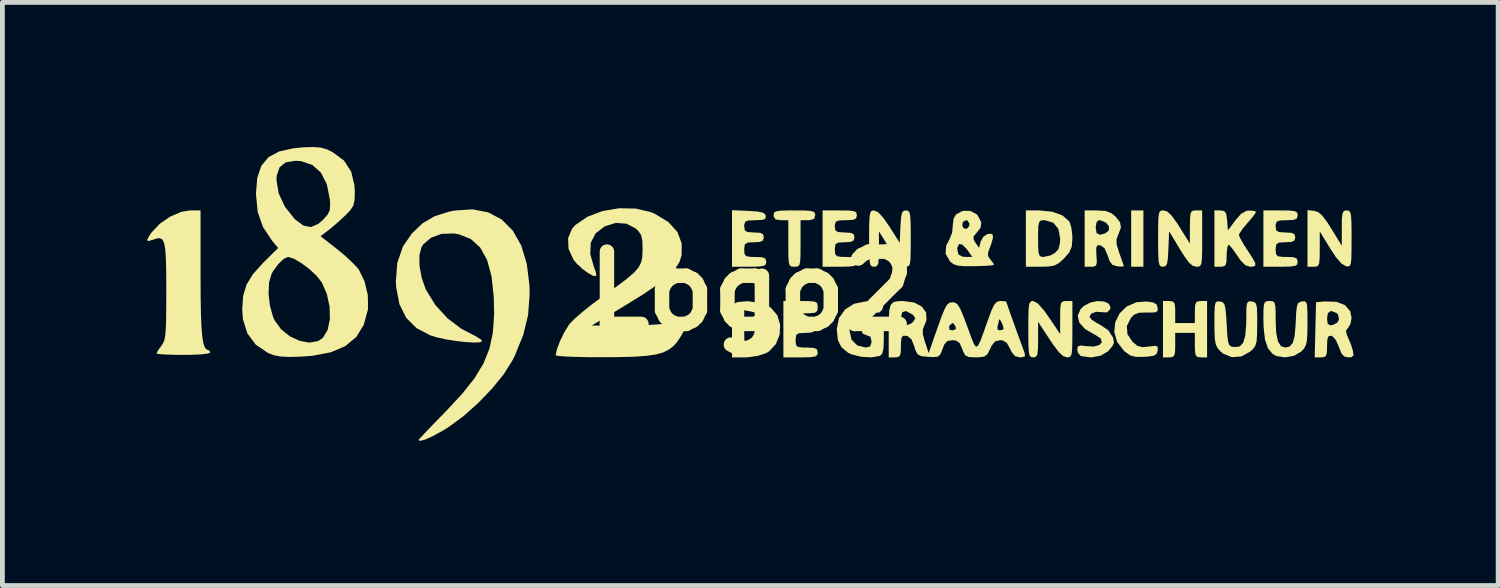
<source format=kicad_pcb>
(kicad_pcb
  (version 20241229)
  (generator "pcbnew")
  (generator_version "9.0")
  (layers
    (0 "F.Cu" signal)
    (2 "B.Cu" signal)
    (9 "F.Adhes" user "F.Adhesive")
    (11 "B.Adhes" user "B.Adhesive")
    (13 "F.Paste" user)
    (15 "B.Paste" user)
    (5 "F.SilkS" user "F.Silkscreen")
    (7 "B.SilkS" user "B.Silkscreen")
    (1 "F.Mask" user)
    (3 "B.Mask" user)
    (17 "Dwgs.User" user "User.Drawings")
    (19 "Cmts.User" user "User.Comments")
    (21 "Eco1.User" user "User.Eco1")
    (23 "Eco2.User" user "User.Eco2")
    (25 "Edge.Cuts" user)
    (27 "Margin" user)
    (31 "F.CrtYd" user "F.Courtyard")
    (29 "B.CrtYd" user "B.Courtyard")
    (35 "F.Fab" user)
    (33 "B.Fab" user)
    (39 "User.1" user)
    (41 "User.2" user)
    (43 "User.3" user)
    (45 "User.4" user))
  (footprint "Logo2"
    (layer "F.Cu")
    (at 12.54 2.991)
    (property "Reference" "Logo2" (at 0 0 0) (layer "F.SilkS") (effects (font (size 1.5 1.5) (thickness 0.3))))
    (attr board_only exclude_from_pos_files exclude_from_bom)
    (fp_poly (pts (xy 8.128 -1.092) (xy 8.128 -0.508) (xy 8.001 -0.508) (xy 7.874 -0.508) (xy 7.874 -1.092) (xy 7.874 -1.676) (xy 8.001 -1.676) (xy 8.128 -1.676)) (stroke (width 0) (type solid)) (fill yes) (layer "F.SilkS"))
    (fp_poly (pts (xy 1.099 -1.675) (xy 1.227 -1.666) (xy 1.294 -1.645) (xy 1.318 -1.609) (xy 1.321 -1.575) (xy 1.297 -1.5) (xy 1.208 -1.474) (xy 1.168 -1.473) (xy 1.016 -1.473) (xy 1.016 -0.991) (xy 1.015 -0.767) (xy 1.009 -0.626) (xy 0.993 -0.549) (xy 0.962 -0.516) (xy 0.91 -0.508) (xy 0.889 -0.508) (xy 0.83 -0.511) (xy 0.793 -0.534) (xy 0.773 -0.595) (xy 0.764 -0.714) (xy 0.762 -0.909) (xy 0.762 -0.991) (xy 0.762 -1.473) (xy 0.61 -1.473) (xy 0.498 -1.489) (xy 0.459 -1.549) (xy 0.457 -1.575) (xy 0.465 -1.624) (xy 0.503 -1.654) (xy 0.589 -1.67) (xy 0.745 -1.676) (xy 0.889 -1.676)) (stroke (width 0) (type solid)) (fill yes) (layer "F.SilkS"))
    (fp_poly (pts (xy 8.74 0.213) (xy 8.777 0.259) (xy 8.788 0.37) (xy 8.788 0.432) (xy 8.788 0.66) (xy 8.992 0.66) (xy 9.195 0.66) (xy 9.195 0.432) (xy 9.2 0.291) (xy 9.226 0.224) (xy 9.288 0.204) (xy 9.322 0.203) (xy 9.449 0.203) (xy 9.449 0.787) (xy 9.449 1.372) (xy 9.322 1.372) (xy 9.246 1.363) (xy 9.209 1.321) (xy 9.196 1.22) (xy 9.195 1.118) (xy 9.195 0.864) (xy 8.992 0.864) (xy 8.788 0.864) (xy 8.788 1.118) (xy 8.784 1.268) (xy 8.763 1.344) (xy 8.712 1.369) (xy 8.661 1.372) (xy 8.534 1.372) (xy 8.534 0.787) (xy 8.534 0.203) (xy 8.661 0.203)) (stroke (width 0) (type solid)) (fill yes) (layer "F.SilkS"))
    (fp_poly (pts (xy 8.332 0.233) (xy 8.401 0.274) (xy 8.423 0.339) (xy 8.423 0.406) (xy 8.381 0.437) (xy 8.273 0.443) (xy 8.203 0.441) (xy 8.041 0.446) (xy 7.938 0.484) (xy 7.87 0.552) (xy 7.784 0.723) (xy 7.798 0.895) (xy 7.903 1.05) (xy 8.007 1.135) (xy 8.113 1.16) (xy 8.237 1.148) (xy 8.366 1.132) (xy 8.42 1.147) (xy 8.427 1.206) (xy 8.424 1.231) (xy 8.401 1.3) (xy 8.34 1.338) (xy 8.215 1.357) (xy 8.144 1.361) (xy 7.974 1.363) (xy 7.858 1.333) (xy 7.75 1.258) (xy 7.723 1.234) (xy 7.581 1.049) (xy 7.524 0.845) (xy 7.544 0.643) (xy 7.634 0.46) (xy 7.784 0.315) (xy 7.986 0.228) (xy 8.19 0.213)) (stroke (width 0) (type solid)) (fill yes) (layer "F.SilkS"))
    (fp_poly (pts (xy 11.67 -1.667) (xy 11.755 -1.64) (xy 11.84 -1.567) (xy 11.941 -1.431) (xy 12.026 -1.297) (xy 12.243 -0.944) (xy 12.243 -1.31) (xy 12.245 -1.5) (xy 12.257 -1.61) (xy 12.284 -1.662) (xy 12.332 -1.676) (xy 12.344 -1.676) (xy 12.388 -1.67) (xy 12.417 -1.64) (xy 12.434 -1.57) (xy 12.443 -1.441) (xy 12.446 -1.237) (xy 12.446 -1.089) (xy 12.445 -0.837) (xy 12.441 -0.671) (xy 12.43 -0.573) (xy 12.408 -0.526) (xy 12.373 -0.513) (xy 12.333 -0.517) (xy 12.239 -0.571) (xy 12.119 -0.71) (xy 12.003 -0.887) (xy 11.786 -1.241) (xy 11.786 -0.874) (xy 11.784 -0.685) (xy 11.774 -0.576) (xy 11.747 -0.524) (xy 11.697 -0.509) (xy 11.659 -0.508) (xy 11.532 -0.508) (xy 11.532 -1.096) (xy 11.532 -1.683)) (stroke (width 0) (type solid)) (fill yes) (layer "F.SilkS"))
    (fp_poly (pts (xy 0.149 0.238) (xy 0.345 0.309) (xy 0.402 0.344) (xy 0.534 0.499) (xy 0.593 0.694) (xy 0.582 0.902) (xy 0.505 1.096) (xy 0.363 1.247) (xy 0.304 1.283) (xy 0.132 1.34) (xy -0.078 1.37) (xy -0.14 1.372) (xy -0.406 1.372) (xy -0.406 0.814) (xy -0.406 0.781) (xy -0.152 0.781) (xy -0.151 0.977) (xy -0.142 1.092) (xy -0.118 1.148) (xy -0.072 1.167) (xy -0.023 1.168) (xy 0.102 1.133) (xy 0.226 1.048) (xy 0.231 1.044) (xy 0.332 0.885) (xy 0.343 0.72) (xy 0.273 0.572) (xy 0.129 0.463) (xy 0.013 0.426) (xy -0.152 0.394) (xy -0.152 0.781) (xy -0.406 0.781) (xy -0.406 0.57) (xy -0.401 0.409) (xy -0.388 0.312) (xy -0.362 0.26) (xy -0.319 0.235) (xy -0.276 0.223) (xy -0.075 0.207)) (stroke (width 0) (type solid)) (fill yes) (layer "F.SilkS"))
    (fp_poly (pts (xy 6.239 -1.649) (xy 6.451 -1.571) (xy 6.588 -1.449) (xy 6.602 -1.425) (xy 6.634 -1.316) (xy 6.653 -1.156) (xy 6.655 -1.09) (xy 6.642 -0.926) (xy 6.59 -0.805) (xy 6.482 -0.681) (xy 6.375 -0.583) (xy 6.278 -0.532) (xy 6.151 -0.511) (xy 5.999 -0.508) (xy 5.69 -0.508) (xy 5.69 -1.092) (xy 5.944 -1.092) (xy 5.946 -0.898) (xy 5.956 -0.784) (xy 5.98 -0.73) (xy 6.026 -0.712) (xy 6.059 -0.711) (xy 6.19 -0.74) (xy 6.288 -0.79) (xy 6.365 -0.872) (xy 6.397 -0.997) (xy 6.401 -1.092) (xy 6.365 -1.292) (xy 6.259 -1.42) (xy 6.089 -1.472) (xy 6.059 -1.473) (xy 6 -1.467) (xy 5.966 -1.434) (xy 5.949 -1.353) (xy 5.944 -1.202) (xy 5.944 -1.092) (xy 5.69 -1.092) (xy 5.69 -1.676) (xy 5.972 -1.676)) (stroke (width 0) (type solid)) (fill yes) (layer "F.SilkS"))
    (fp_poly (pts (xy 7.311 0.213) (xy 7.41 0.258) (xy 7.446 0.336) (xy 7.437 0.376) (xy 7.374 0.44) (xy 7.287 0.436) (xy 7.147 0.426) (xy 7.044 0.466) (xy 7.01 0.531) (xy 7.053 0.588) (xy 7.16 0.659) (xy 7.219 0.688) (xy 7.399 0.809) (xy 7.501 0.967) (xy 7.518 1.072) (xy 7.485 1.139) (xy 7.405 1.235) (xy 7.394 1.247) (xy 7.243 1.336) (xy 7.047 1.373) (xy 6.852 1.349) (xy 6.82 1.338) (xy 6.768 1.272) (xy 6.756 1.209) (xy 6.77 1.142) (xy 6.83 1.125) (xy 6.927 1.138) (xy 7.097 1.148) (xy 7.214 1.116) (xy 7.266 1.056) (xy 7.243 0.981) (xy 7.13 0.906) (xy 7.125 0.904) (xy 6.919 0.786) (xy 6.798 0.651) (xy 6.765 0.509) (xy 6.825 0.371) (xy 6.89 0.308) (xy 7.026 0.235) (xy 7.175 0.204)) (stroke (width 0) (type solid)) (fill yes) (layer "F.SilkS"))
    (fp_poly (pts (xy 6.655 0.787) (xy 6.654 1.038) (xy 6.649 1.204) (xy 6.638 1.303) (xy 6.615 1.352) (xy 6.579 1.369) (xy 6.54 1.371) (xy 6.463 1.345) (xy 6.371 1.26) (xy 6.252 1.102) (xy 6.185 1.002) (xy 5.944 0.635) (xy 5.944 1.003) (xy 5.941 1.194) (xy 5.929 1.305) (xy 5.903 1.357) (xy 5.855 1.371) (xy 5.842 1.372) (xy 5.798 1.365) (xy 5.769 1.335) (xy 5.752 1.264) (xy 5.744 1.135) (xy 5.741 0.93) (xy 5.74 0.787) (xy 5.742 0.536) (xy 5.747 0.37) (xy 5.759 0.27) (xy 5.782 0.221) (xy 5.817 0.204) (xy 5.841 0.203) (xy 5.932 0.249) (xy 6.057 0.386) (xy 6.171 0.546) (xy 6.401 0.888) (xy 6.401 0.546) (xy 6.403 0.364) (xy 6.415 0.262) (xy 6.444 0.216) (xy 6.5 0.204) (xy 6.528 0.203) (xy 6.655 0.203)) (stroke (width 0) (type solid)) (fill yes) (layer "F.SilkS"))
    (fp_poly (pts (xy 9.347 -1.092) (xy 9.347 -0.842) (xy 9.342 -0.676) (xy 9.331 -0.576) (xy 9.308 -0.527) (xy 9.271 -0.51) (xy 9.226 -0.508) (xy 9.152 -0.527) (xy 9.075 -0.593) (xy 8.978 -0.724) (xy 8.883 -0.876) (xy 8.661 -1.243) (xy 8.646 -0.876) (xy 8.636 -0.684) (xy 8.619 -0.573) (xy 8.588 -0.522) (xy 8.538 -0.508) (xy 8.532 -0.508) (xy 8.489 -0.515) (xy 8.461 -0.546) (xy 8.444 -0.62) (xy 8.436 -0.752) (xy 8.433 -0.961) (xy 8.433 -1.092) (xy 8.434 -1.343) (xy 8.438 -1.509) (xy 8.45 -1.608) (xy 8.472 -1.658) (xy 8.509 -1.675) (xy 8.548 -1.676) (xy 8.625 -1.652) (xy 8.713 -1.569) (xy 8.825 -1.414) (xy 8.877 -1.333) (xy 9.091 -0.991) (xy 9.092 -1.333) (xy 9.095 -1.515) (xy 9.107 -1.618) (xy 9.137 -1.664) (xy 9.193 -1.676) (xy 9.22 -1.676) (xy 9.347 -1.676)) (stroke (width 0) (type solid)) (fill yes) (layer "F.SilkS"))
    (fp_poly (pts (xy 9.806 -1.663) (xy 9.846 -1.606) (xy 9.864 -1.476) (xy 9.865 -1.469) (xy 9.881 -1.261) (xy 10.033 -1.467) (xy 10.154 -1.606) (xy 10.264 -1.668) (xy 10.325 -1.675) (xy 10.427 -1.666) (xy 10.465 -1.644) (xy 10.433 -1.592) (xy 10.353 -1.491) (xy 10.287 -1.416) (xy 10.186 -1.295) (xy 10.122 -1.199) (xy 10.109 -1.166) (xy 10.136 -1.099) (xy 10.205 -0.977) (xy 10.287 -0.85) (xy 10.396 -0.682) (xy 10.449 -0.58) (xy 10.447 -0.528) (xy 10.394 -0.51) (xy 10.342 -0.508) (xy 10.243 -0.538) (xy 10.142 -0.64) (xy 10.076 -0.737) (xy 9.988 -0.864) (xy 9.919 -0.947) (xy 9.893 -0.965) (xy 9.871 -0.92) (xy 9.857 -0.805) (xy 9.855 -0.737) (xy 9.85 -0.596) (xy 9.824 -0.529) (xy 9.762 -0.509) (xy 9.728 -0.508) (xy 9.601 -0.508) (xy 9.601 -1.092) (xy 9.601 -1.676) (xy 9.725 -1.676)) (stroke (width 0) (type solid)) (fill yes) (layer "F.SilkS"))
    (fp_poly (pts (xy -0.064 -1.666) (xy 0.125 -1.653) (xy 0.234 -1.63) (xy 0.285 -1.591) (xy 0.295 -1.562) (xy 0.289 -1.507) (xy 0.229 -1.48) (xy 0.092 -1.473) (xy 0.08 -1.473) (xy -0.063 -1.468) (xy -0.131 -1.443) (xy -0.151 -1.383) (xy -0.152 -1.346) (xy -0.141 -1.264) (xy -0.089 -1.228) (xy 0.033 -1.219) (xy 0.051 -1.219) (xy 0.184 -1.211) (xy 0.242 -1.176) (xy 0.254 -1.118) (xy 0.237 -1.051) (xy 0.168 -1.022) (xy 0.051 -1.016) (xy -0.079 -1.01) (xy -0.137 -0.977) (xy -0.152 -0.896) (xy -0.152 -0.864) (xy -0.146 -0.77) (xy -0.108 -0.726) (xy -0.01 -0.712) (xy 0.076 -0.711) (xy 0.219 -0.705) (xy 0.287 -0.677) (xy 0.305 -0.617) (xy 0.305 -0.61) (xy 0.295 -0.556) (xy 0.252 -0.526) (xy 0.153 -0.512) (xy -0.022 -0.508) (xy -0.051 -0.508) (xy -0.406 -0.508) (xy -0.406 -1.095) (xy -0.406 -1.681)) (stroke (width 0) (type solid)) (fill yes) (layer "F.SilkS"))
    (fp_poly (pts (xy 1.202 0.205) (xy 1.308 0.216) (xy 1.357 0.244) (xy 1.371 0.296) (xy 1.372 0.33) (xy 1.362 0.409) (xy 1.316 0.446) (xy 1.205 0.457) (xy 1.143 0.457) (xy 1 0.464) (xy 0.933 0.491) (xy 0.914 0.552) (xy 0.914 0.559) (xy 0.931 0.625) (xy 1 0.655) (xy 1.118 0.66) (xy 1.251 0.669) (xy 1.309 0.703) (xy 1.321 0.762) (xy 1.304 0.828) (xy 1.235 0.858) (xy 1.118 0.864) (xy 0.987 0.87) (xy 0.929 0.902) (xy 0.915 0.983) (xy 0.914 1.016) (xy 0.921 1.11) (xy 0.959 1.154) (xy 1.057 1.168) (xy 1.143 1.168) (xy 1.286 1.175) (xy 1.353 1.203) (xy 1.372 1.263) (xy 1.372 1.27) (xy 1.362 1.323) (xy 1.319 1.354) (xy 1.22 1.368) (xy 1.044 1.372) (xy 1.016 1.372) (xy 0.66 1.372) (xy 0.66 0.787) (xy 0.66 0.203) (xy 1.016 0.203)) (stroke (width 0) (type solid)) (fill yes) (layer "F.SilkS"))
    (fp_poly (pts (xy 3.245 -1.67) (xy 3.274 -1.638) (xy 3.291 -1.565) (xy 3.299 -1.433) (xy 3.302 -1.224) (xy 3.302 -1.089) (xy 3.301 -0.837) (xy 3.297 -0.671) (xy 3.285 -0.573) (xy 3.264 -0.526) (xy 3.229 -0.514) (xy 3.192 -0.517) (xy 3.094 -0.577) (xy 2.964 -0.733) (xy 2.862 -0.888) (xy 2.642 -1.242) (xy 2.642 -0.875) (xy 2.639 -0.685) (xy 2.627 -0.574) (xy 2.601 -0.523) (xy 2.553 -0.508) (xy 2.54 -0.508) (xy 2.496 -0.514) (xy 2.467 -0.544) (xy 2.45 -0.615) (xy 2.442 -0.745) (xy 2.439 -0.949) (xy 2.438 -1.092) (xy 2.439 -1.343) (xy 2.445 -1.51) (xy 2.457 -1.609) (xy 2.479 -1.658) (xy 2.515 -1.675) (xy 2.542 -1.676) (xy 2.626 -1.639) (xy 2.734 -1.522) (xy 2.86 -1.34) (xy 3.073 -1.004) (xy 3.088 -1.34) (xy 3.1 -1.522) (xy 3.12 -1.624) (xy 3.154 -1.668) (xy 3.203 -1.676)) (stroke (width 0) (type solid)) (fill yes) (layer "F.SilkS"))
    (fp_poly (pts (xy 10.809 0.208) (xy 10.846 0.236) (xy 10.865 0.309) (xy 10.871 0.449) (xy 10.871 0.588) (xy 10.882 0.858) (xy 10.918 1.038) (xy 10.981 1.139) (xy 11.07 1.168) (xy 11.162 1.147) (xy 11.225 1.074) (xy 11.264 0.934) (xy 11.284 0.712) (xy 11.288 0.633) (xy 11.298 0.431) (xy 11.313 0.309) (xy 11.339 0.245) (xy 11.385 0.219) (xy 11.417 0.212) (xy 11.471 0.209) (xy 11.505 0.231) (xy 11.523 0.297) (xy 11.53 0.425) (xy 11.532 0.634) (xy 11.532 0.659) (xy 11.529 0.883) (xy 11.519 1.031) (xy 11.495 1.127) (xy 11.451 1.199) (xy 11.407 1.247) (xy 11.255 1.338) (xy 11.068 1.372) (xy 10.888 1.345) (xy 10.81 1.302) (xy 10.712 1.185) (xy 10.65 1.003) (xy 10.621 0.742) (xy 10.617 0.581) (xy 10.619 0.388) (xy 10.628 0.275) (xy 10.653 0.221) (xy 10.701 0.204) (xy 10.744 0.203)) (stroke (width 0) (type solid)) (fill yes) (layer "F.SilkS"))
    (fp_poly (pts (xy 2.016 -1.674) (xy 2.123 -1.661) (xy 2.172 -1.633) (xy 2.184 -1.583) (xy 2.184 -1.575) (xy 2.169 -1.511) (xy 2.107 -1.481) (xy 1.972 -1.473) (xy 1.956 -1.473) (xy 1.815 -1.468) (xy 1.748 -1.442) (xy 1.728 -1.38) (xy 1.727 -1.346) (xy 1.738 -1.264) (xy 1.791 -1.228) (xy 1.913 -1.219) (xy 1.93 -1.219) (xy 2.063 -1.211) (xy 2.122 -1.176) (xy 2.134 -1.118) (xy 2.117 -1.051) (xy 2.048 -1.022) (xy 1.93 -1.016) (xy 1.8 -1.01) (xy 1.742 -0.977) (xy 1.728 -0.896) (xy 1.727 -0.864) (xy 1.734 -0.77) (xy 1.772 -0.726) (xy 1.87 -0.712) (xy 1.956 -0.711) (xy 2.099 -0.705) (xy 2.166 -0.677) (xy 2.184 -0.617) (xy 2.184 -0.61) (xy 2.175 -0.556) (xy 2.132 -0.526) (xy 2.033 -0.512) (xy 1.857 -0.508) (xy 1.829 -0.508) (xy 1.473 -0.508) (xy 1.473 -1.092) (xy 1.473 -1.676) (xy 1.829 -1.676)) (stroke (width 0) (type solid)) (fill yes) (layer "F.SilkS"))
    (fp_poly (pts (xy 11.16 -1.674) (xy 11.267 -1.661) (xy 11.316 -1.633) (xy 11.328 -1.583) (xy 11.328 -1.575) (xy 11.313 -1.511) (xy 11.251 -1.481) (xy 11.116 -1.473) (xy 11.1 -1.473) (xy 10.959 -1.468) (xy 10.892 -1.442) (xy 10.872 -1.38) (xy 10.871 -1.346) (xy 10.882 -1.264) (xy 10.935 -1.228) (xy 11.057 -1.219) (xy 11.074 -1.219) (xy 11.207 -1.211) (xy 11.266 -1.176) (xy 11.278 -1.118) (xy 11.261 -1.051) (xy 11.192 -1.022) (xy 11.074 -1.016) (xy 10.944 -1.01) (xy 10.886 -0.977) (xy 10.872 -0.896) (xy 10.871 -0.864) (xy 10.878 -0.77) (xy 10.916 -0.726) (xy 11.014 -0.712) (xy 11.1 -0.711) (xy 11.243 -0.705) (xy 11.31 -0.677) (xy 11.328 -0.617) (xy 11.328 -0.61) (xy 11.319 -0.556) (xy 11.276 -0.526) (xy 11.177 -0.512) (xy 11.001 -0.508) (xy 10.973 -0.508) (xy 10.617 -0.508) (xy 10.617 -1.092) (xy 10.617 -1.676) (xy 10.973 -1.676)) (stroke (width 0) (type solid)) (fill yes) (layer "F.SilkS"))
    (fp_poly (pts (xy 12.129 0.219) (xy 12.311 0.289) (xy 12.419 0.417) (xy 12.446 0.556) (xy 12.422 0.682) (xy 12.375 0.758) (xy 12.331 0.816) (xy 12.345 0.898) (xy 12.371 0.955) (xy 12.435 1.109) (xy 12.473 1.232) (xy 12.487 1.332) (xy 12.445 1.368) (xy 12.38 1.372) (xy 12.293 1.354) (xy 12.233 1.285) (xy 12.184 1.156) (xy 12.118 1.008) (xy 12.043 0.929) (xy 12.027 0.924) (xy 11.972 0.93) (xy 11.945 0.99) (xy 11.938 1.128) (xy 11.938 1.139) (xy 11.933 1.282) (xy 11.908 1.35) (xy 11.848 1.371) (xy 11.809 1.372) (xy 11.681 1.372) (xy 11.695 0.8) (xy 11.701 0.562) (xy 11.938 0.562) (xy 11.949 0.671) (xy 11.998 0.705) (xy 12.052 0.702) (xy 12.149 0.652) (xy 12.184 0.59) (xy 12.168 0.49) (xy 12.133 0.451) (xy 12.02 0.408) (xy 11.955 0.454) (xy 11.938 0.562) (xy 11.701 0.562) (xy 11.709 0.229) (xy 11.882 0.212)) (stroke (width 0) (type solid)) (fill yes) (layer "F.SilkS"))
    (fp_poly (pts (xy 10.376 0.212) (xy 10.43 0.226) (xy 10.464 0.262) (xy 10.482 0.34) (xy 10.488 0.481) (xy 10.489 0.679) (xy 10.486 0.896) (xy 10.476 1.038) (xy 10.451 1.129) (xy 10.406 1.194) (xy 10.346 1.25) (xy 10.161 1.353) (xy 9.964 1.368) (xy 9.783 1.295) (xy 9.726 1.247) (xy 9.666 1.179) (xy 9.629 1.102) (xy 9.61 0.993) (xy 9.602 0.825) (xy 9.601 0.659) (xy 9.602 0.441) (xy 9.609 0.306) (xy 9.626 0.235) (xy 9.658 0.21) (xy 9.709 0.212) (xy 9.716 0.212) (xy 9.77 0.227) (xy 9.806 0.267) (xy 9.828 0.35) (xy 9.844 0.499) (xy 9.855 0.686) (xy 9.868 0.902) (xy 9.883 1.037) (xy 9.907 1.112) (xy 9.946 1.145) (xy 10.008 1.158) (xy 10.02 1.159) (xy 10.125 1.146) (xy 10.197 1.07) (xy 10.241 0.92) (xy 10.26 0.686) (xy 10.262 0.552) (xy 10.264 0.366) (xy 10.274 0.261) (xy 10.301 0.216) (xy 10.35 0.209)) (stroke (width 0) (type solid)) (fill yes) (layer "F.SilkS"))
    (fp_poly (pts (xy -11.43 -0.358) (xy -11.428 0.098) (xy -11.422 0.462) (xy -11.411 0.743) (xy -11.393 0.949) (xy -11.369 1.091) (xy -11.336 1.176) (xy -11.295 1.215) (xy -11.269 1.219) (xy -11.228 1.258) (xy -11.227 1.27) (xy -11.275 1.293) (xy -11.412 1.31) (xy -11.625 1.319) (xy -11.786 1.321) (xy -12.01 1.318) (xy -12.192 1.311) (xy -12.31 1.301) (xy -12.344 1.291) (xy -12.316 1.234) (xy -12.247 1.137) (xy -12.243 1.131) (xy -12.208 1.08) (xy -12.182 1.018) (xy -12.164 0.929) (xy -12.152 0.8) (xy -12.145 0.614) (xy -12.142 0.358) (xy -12.141 0.015) (xy -12.141 -0.001) (xy -12.142 -0.374) (xy -12.148 -0.657) (xy -12.161 -0.86) (xy -12.184 -0.994) (xy -12.22 -1.07) (xy -12.271 -1.1) (xy -12.341 -1.094) (xy -12.414 -1.069) (xy -12.513 -1.04) (xy -12.54 -1.061) (xy -12.498 -1.143) (xy -12.446 -1.219) (xy -12.275 -1.401) (xy -12.056 -1.55) (xy -11.825 -1.648) (xy -11.65 -1.676) (xy -11.43 -1.676)) (stroke (width 0) (type solid)) (fill yes) (layer "F.SilkS"))
    (fp_poly (pts (xy 2.475 0.217) (xy 2.635 0.239) (xy 2.714 0.269) (xy 2.73 0.319) (xy 2.712 0.378) (xy 2.656 0.44) (xy 2.54 0.446) (xy 2.52 0.443) (xy 2.343 0.444) (xy 2.181 0.49) (xy 2.075 0.57) (xy 2.072 0.575) (xy 2.046 0.663) (xy 2.033 0.801) (xy 2.033 0.823) (xy 2.074 1.004) (xy 2.191 1.124) (xy 2.369 1.168) (xy 2.374 1.168) (xy 2.462 1.144) (xy 2.489 1.054) (xy 2.489 1.041) (xy 2.465 0.942) (xy 2.388 0.914) (xy 2.303 0.878) (xy 2.286 0.813) (xy 2.301 0.749) (xy 2.363 0.719) (xy 2.498 0.711) (xy 2.515 0.711) (xy 2.743 0.711) (xy 2.743 1.011) (xy 2.736 1.194) (xy 2.709 1.298) (xy 2.663 1.341) (xy 2.485 1.372) (xy 2.271 1.359) (xy 2.072 1.309) (xy 1.998 1.273) (xy 1.863 1.16) (xy 1.79 1.011) (xy 1.768 0.796) (xy 1.768 0.781) (xy 1.813 0.557) (xy 1.939 0.379) (xy 2.127 0.26) (xy 2.363 0.212)) (stroke (width 0) (type solid)) (fill yes) (layer "F.SilkS"))
    (fp_poly (pts (xy 7.344 -1.664) (xy 7.465 -1.618) (xy 7.546 -1.552) (xy 7.644 -1.431) (xy 7.662 -1.32) (xy 7.607 -1.175) (xy 7.604 -1.168) (xy 7.57 -1.075) (xy 7.573 -0.973) (xy 7.617 -0.824) (xy 7.63 -0.788) (xy 7.681 -0.643) (xy 7.715 -0.544) (xy 7.722 -0.518) (xy 7.678 -0.511) (xy 7.583 -0.517) (xy 7.486 -0.547) (xy 7.425 -0.628) (xy 7.388 -0.737) (xy 7.321 -0.894) (xy 7.234 -0.954) (xy 7.175 -0.952) (xy 7.15 -0.903) (xy 7.151 -0.785) (xy 7.155 -0.739) (xy 7.162 -0.597) (xy 7.144 -0.53) (xy 7.089 -0.509) (xy 7.041 -0.508) (xy 6.909 -0.508) (xy 6.909 -1.092) (xy 6.909 -1.321) (xy 7.137 -1.321) (xy 7.157 -1.205) (xy 7.227 -1.171) (xy 7.336 -1.199) (xy 7.413 -1.264) (xy 7.412 -1.348) (xy 7.349 -1.426) (xy 7.236 -1.47) (xy 7.197 -1.473) (xy 7.155 -1.429) (xy 7.137 -1.323) (xy 7.137 -1.321) (xy 6.909 -1.321) (xy 6.909 -1.676) (xy 7.165 -1.676)) (stroke (width 0) (type solid)) (fill yes) (layer "F.SilkS"))
    (fp_poly (pts (xy 4.665 -1.599) (xy 4.696 -1.563) (xy 4.766 -1.428) (xy 4.75 -1.315) (xy 4.672 -1.218) (xy 4.604 -1.134) (xy 4.608 -1.065) (xy 4.644 -1.007) (xy 4.719 -0.9) (xy 4.751 -1.029) (xy 4.806 -1.127) (xy 4.892 -1.187) (xy 4.975 -1.192) (xy 5.005 -1.166) (xy 5.005 -1.095) (xy 4.969 -0.973) (xy 4.954 -0.934) (xy 4.907 -0.807) (xy 4.906 -0.73) (xy 4.95 -0.663) (xy 4.952 -0.661) (xy 5.013 -0.584) (xy 5.029 -0.55) (xy 4.982 -0.537) (xy 4.858 -0.527) (xy 4.68 -0.52) (xy 4.622 -0.519) (xy 4.411 -0.519) (xy 4.275 -0.532) (xy 4.188 -0.561) (xy 4.122 -0.613) (xy 4.114 -0.622) (xy 4.025 -0.778) (xy 4.031 -0.869) (xy 4.267 -0.869) (xy 4.292 -0.762) (xy 4.379 -0.716) (xy 4.457 -0.711) (xy 4.579 -0.711) (xy 4.47 -0.864) (xy 4.375 -0.966) (xy 4.304 -0.98) (xy 4.269 -0.905) (xy 4.267 -0.869) (xy 4.031 -0.869) (xy 4.037 -0.947) (xy 4.1 -1.066) (xy 4.16 -1.212) (xy 4.173 -1.35) (xy 4.173 -1.355) (xy 4.372 -1.355) (xy 4.401 -1.305) (xy 4.463 -1.293) (xy 4.513 -1.352) (xy 4.521 -1.4) (xy 4.48 -1.465) (xy 4.445 -1.473) (xy 4.381 -1.435) (xy 4.372 -1.355) (xy 4.173 -1.355) (xy 4.191 -1.507) (xy 4.242 -1.593) (xy 4.376 -1.666) (xy 4.532 -1.667)) (stroke (width 0) (type solid)) (fill yes) (layer "F.SilkS"))
    (fp_poly (pts (xy -5.462 -1.636) (xy -5.182 -1.487) (xy -4.953 -1.257) (xy -4.778 -0.949) (xy -4.662 -0.567) (xy -4.607 -0.116) (xy -4.604 0.076) (xy -4.636 0.497) (xy -4.735 0.904) (xy -4.907 1.327) (xy -4.968 1.448) (xy -5.141 1.722) (xy -5.382 2.019) (xy -5.668 2.316) (xy -5.975 2.59) (xy -6.282 2.816) (xy -6.389 2.883) (xy -6.607 3.003) (xy -6.774 3.078) (xy -6.878 3.105) (xy -6.909 3.085) (xy -6.875 3.046) (xy -6.782 2.947) (xy -6.641 2.8) (xy -6.465 2.618) (xy -6.329 2.479) (xy -5.998 2.122) (xy -5.744 1.801) (xy -5.56 1.496) (xy -5.436 1.187) (xy -5.366 0.856) (xy -5.34 0.483) (xy -5.348 0.119) (xy -5.394 -0.31) (xy -5.487 -0.65) (xy -5.629 -0.906) (xy -5.822 -1.082) (xy -6.069 -1.18) (xy -6.183 -1.199) (xy -6.434 -1.189) (xy -6.651 -1.109) (xy -6.811 -0.971) (xy -6.847 -0.914) (xy -6.89 -0.747) (xy -6.888 -0.523) (xy -6.842 -0.275) (xy -6.757 -0.037) (xy -6.755 -0.033) (xy -6.562 0.283) (xy -6.305 0.564) (xy -6.013 0.783) (xy -5.888 0.848) (xy -5.735 0.926) (xy -5.626 0.993) (xy -5.588 1.034) (xy -5.634 1.059) (xy -5.756 1.065) (xy -5.93 1.055) (xy -6.133 1.032) (xy -6.342 0.998) (xy -6.534 0.956) (xy -6.663 0.916) (xy -6.953 0.764) (xy -7.166 0.549) (xy -7.305 0.268) (xy -7.372 -0.082) (xy -7.379 -0.203) (xy -7.348 -0.592) (xy -7.231 -0.929) (xy -7.048 -1.196) (xy -6.824 -1.41) (xy -6.575 -1.556) (xy -6.27 -1.652) (xy -6.164 -1.673) (xy -5.791 -1.699)) (stroke (width 0) (type solid)) (fill yes) (layer "F.SilkS"))
    (fp_poly (pts (xy -2.408 -1.715) (xy -2.092 -1.642) (xy -2.007 -1.606) (xy -1.725 -1.435) (xy -1.539 -1.229) (xy -1.449 -0.992) (xy -1.451 -0.744) (xy -1.496 -0.603) (xy -1.589 -0.46) (xy -1.74 -0.306) (xy -1.956 -0.134) (xy -2.248 0.064) (xy -2.616 0.292) (xy -3.315 0.711) (xy -2.632 0.711) (xy -2.347 0.707) (xy -2.07 0.696) (xy -1.831 0.679) (xy -1.662 0.658) (xy -1.655 0.657) (xy -1.494 0.632) (xy -1.378 0.622) (xy -1.338 0.627) (xy -1.342 0.686) (xy -1.389 0.797) (xy -1.463 0.93) (xy -1.547 1.055) (xy -1.617 1.135) (xy -1.716 1.211) (xy -1.832 1.269) (xy -1.98 1.311) (xy -2.175 1.34) (xy -2.43 1.358) (xy -2.761 1.367) (xy -3.086 1.369) (xy -3.389 1.368) (xy -3.653 1.362) (xy -3.864 1.354) (xy -4.006 1.342) (xy -4.064 1.329) (xy -4.064 1.327) (xy -4.039 1.207) (xy -3.975 1.038) (xy -3.887 0.858) (xy -3.793 0.703) (xy -3.775 0.678) (xy -3.68 0.579) (xy -3.522 0.441) (xy -3.322 0.281) (xy -3.1 0.116) (xy -3.073 0.097) (xy -2.793 -0.103) (xy -2.586 -0.259) (xy -2.441 -0.383) (xy -2.347 -0.49) (xy -2.293 -0.592) (xy -2.268 -0.702) (xy -2.261 -0.834) (xy -2.261 -0.872) (xy -2.266 -1.051) (xy -2.291 -1.164) (xy -2.346 -1.246) (xy -2.403 -1.3) (xy -2.594 -1.401) (xy -2.817 -1.417) (xy -3.044 -1.348) (xy -3.047 -1.346) (xy -3.234 -1.201) (xy -3.335 -1.007) (xy -3.346 -0.771) (xy -3.276 -0.524) (xy -3.233 -0.402) (xy -3.22 -0.325) (xy -3.223 -0.316) (xy -3.284 -0.319) (xy -3.39 -0.376) (xy -3.514 -0.468) (xy -3.63 -0.577) (xy -3.696 -0.658) (xy -3.797 -0.881) (xy -3.806 -1.099) (xy -3.725 -1.294) (xy -3.655 -1.374) (xy -3.403 -1.546) (xy -3.093 -1.663) (xy -2.751 -1.721)) (stroke (width 0) (type solid)) (fill yes) (layer "F.SilkS"))
    (fp_poly (pts (xy -8.932 -2.979) (xy -8.804 -2.941) (xy -8.687 -2.883) (xy -8.455 -2.711) (xy -8.306 -2.483) (xy -8.237 -2.194) (xy -8.23 -2.064) (xy -8.235 -1.889) (xy -8.262 -1.773) (xy -8.328 -1.675) (xy -8.42 -1.579) (xy -8.569 -1.441) (xy -8.722 -1.309) (xy -8.776 -1.267) (xy -8.941 -1.141) (xy -8.597 -0.873) (xy -8.422 -0.728) (xy -8.267 -0.582) (xy -8.158 -0.464) (xy -8.143 -0.442) (xy -8.028 -0.204) (xy -7.961 0.077) (xy -7.955 0.35) (xy -7.959 0.385) (xy -8.046 0.7) (xy -8.2 0.95) (xy -8.427 1.138) (xy -8.73 1.267) (xy -9.114 1.34) (xy -9.347 1.357) (xy -9.596 1.363) (xy -9.773 1.354) (xy -9.907 1.329) (xy -10.027 1.282) (xy -10.033 1.279) (xy -10.285 1.108) (xy -10.459 0.874) (xy -10.551 0.581) (xy -10.566 0.376) (xy -10.546 0.097) (xy -10.534 0.055) (xy -10.019 0.055) (xy -9.99 0.304) (xy -9.926 0.533) (xy -9.895 0.601) (xy -9.759 0.789) (xy -9.579 0.934) (xy -9.376 1.029) (xy -9.174 1.066) (xy -8.994 1.035) (xy -8.893 0.968) (xy -8.794 0.803) (xy -8.747 0.579) (xy -8.753 0.321) (xy -8.81 0.057) (xy -8.915 -0.182) (xy -9.019 -0.315) (xy -9.169 -0.456) (xy -9.338 -0.583) (xy -9.496 -0.675) (xy -9.617 -0.711) (xy -9.619 -0.711) (xy -9.706 -0.67) (xy -9.815 -0.566) (xy -9.92 -0.424) (xy -9.958 -0.358) (xy -10.009 -0.179) (xy -10.019 0.055) (xy -10.534 0.055) (xy -10.476 -0.137) (xy -10.343 -0.355) (xy -10.133 -0.588) (xy -9.821 -0.897) (xy -9.944 -1.046) (xy -10.136 -1.333) (xy -10.245 -1.647) (xy -10.28 -2.013) (xy -10.28 -2.032) (xy -10.258 -2.302) (xy -9.855 -2.302) (xy -9.809 -2.029) (xy -9.681 -1.754) (xy -9.485 -1.507) (xy -9.464 -1.486) (xy -9.294 -1.36) (xy -9.14 -1.331) (xy -8.986 -1.398) (xy -8.888 -1.483) (xy -8.792 -1.591) (xy -8.748 -1.688) (xy -8.742 -1.819) (xy -8.748 -1.902) (xy -8.81 -2.219) (xy -8.933 -2.46) (xy -9.114 -2.621) (xy -9.35 -2.699) (xy -9.461 -2.706) (xy -9.662 -2.673) (xy -9.791 -2.571) (xy -9.85 -2.395) (xy -9.855 -2.302) (xy -10.258 -2.302) (xy -10.253 -2.354) (xy -10.17 -2.6) (xy -10.022 -2.779) (xy -9.801 -2.899) (xy -9.499 -2.966) (xy -9.296 -2.985) (xy -9.083 -2.991)) (stroke (width 0) (type solid)) (fill yes) (layer "F.SilkS"))
    (fp_poly (pts (xy 5.255 0.208) (xy 5.283 0.216) (xy 5.299 0.265) (xy 5.341 0.387) (xy 5.401 0.556) (xy 5.471 0.75) (xy 5.541 0.945) (xy 5.604 1.117) (xy 5.65 1.243) (xy 5.665 1.283) (xy 5.671 1.349) (xy 5.603 1.371) (xy 5.569 1.372) (xy 5.466 1.347) (xy 5.392 1.258) (xy 5.363 1.194) (xy 5.293 1.069) (xy 5.206 1.02) (xy 5.156 1.016) (xy 5.053 1.04) (xy 4.98 1.129) (xy 4.95 1.194) (xy 4.894 1.305) (xy 4.826 1.357) (xy 4.707 1.371) (xy 4.651 1.372) (xy 4.51 1.365) (xy 4.433 1.331) (xy 4.387 1.246) (xy 4.369 1.194) (xy 4.314 1.072) (xy 4.24 1.023) (xy 4.166 1.016) (xy 4.062 1.033) (xy 3.998 1.104) (xy 3.962 1.196) (xy 3.919 1.306) (xy 3.866 1.356) (xy 3.767 1.367) (xy 3.667 1.361) (xy 3.522 1.347) (xy 3.444 1.309) (xy 3.399 1.224) (xy 3.375 1.143) (xy 3.315 0.995) (xy 3.235 0.93) (xy 3.209 0.924) (xy 3.141 0.924) (xy 3.109 0.969) (xy 3.099 1.082) (xy 3.099 1.139) (xy 3.094 1.282) (xy 3.069 1.35) (xy 3.009 1.371) (xy 2.972 1.372) (xy 2.845 1.372) (xy 2.845 0.818) (xy 2.847 0.56) (xy 2.847 0.559) (xy 3.099 0.559) (xy 3.116 0.672) (xy 3.176 0.71) (xy 3.194 0.711) (xy 3.304 0.674) (xy 3.357 0.63) (xy 3.396 0.557) (xy 3.353 0.496) (xy 3.328 0.477) (xy 3.203 0.411) (xy 3.127 0.434) (xy 3.099 0.546) (xy 3.099 0.559) (xy 2.847 0.559) (xy 2.858 0.387) (xy 2.888 0.281) (xy 2.943 0.226) (xy 3.034 0.206) (xy 3.15 0.203) (xy 3.372 0.234) (xy 3.533 0.319) (xy 3.622 0.445) (xy 3.628 0.6) (xy 3.595 0.684) (xy 3.554 0.785) (xy 3.552 0.885) (xy 3.59 1.028) (xy 3.598 1.053) (xy 3.674 1.283) (xy 3.858 0.756) (xy 3.865 0.737) (xy 4.096 0.737) (xy 4.105 0.799) (xy 4.166 0.813) (xy 4.237 0.788) (xy 4.235 0.737) (xy 4.188 0.669) (xy 4.166 0.66) (xy 4.115 0.701) (xy 4.096 0.737) (xy 3.865 0.737) (xy 3.942 0.523) (xy 4.004 0.371) (xy 4.054 0.282) (xy 4.103 0.24) (xy 4.159 0.229) (xy 4.166 0.229) (xy 4.225 0.238) (xy 4.276 0.277) (xy 4.328 0.363) (xy 4.392 0.512) (xy 4.477 0.737) (xy 4.554 0.95) (xy 4.61 1.09) (xy 4.654 1.151) (xy 4.697 1.131) (xy 4.748 1.027) (xy 4.819 0.835) (xy 4.855 0.732) (xy 5.1 0.732) (xy 5.105 0.8) (xy 5.151 0.813) (xy 5.22 0.794) (xy 5.229 0.775) (xy 5.209 0.699) (xy 5.175 0.623) (xy 5.144 0.582) (xy 5.134 0.593) (xy 5.114 0.691) (xy 5.1 0.732) (xy 4.855 0.732) (xy 4.903 0.597) (xy 4.976 0.4) (xy 5.033 0.281) (xy 5.086 0.222) (xy 5.147 0.204) (xy 5.163 0.203)) (stroke (width 0) (type solid)) (fill yes) (layer "F.SilkS")))
  (gr_rect
    (start -3 -3)
    (end 28.027 9.096)
    (stroke (width 0.1) (type default))
    (fill no)
    (layer "Edge.Cuts")))
</source>
